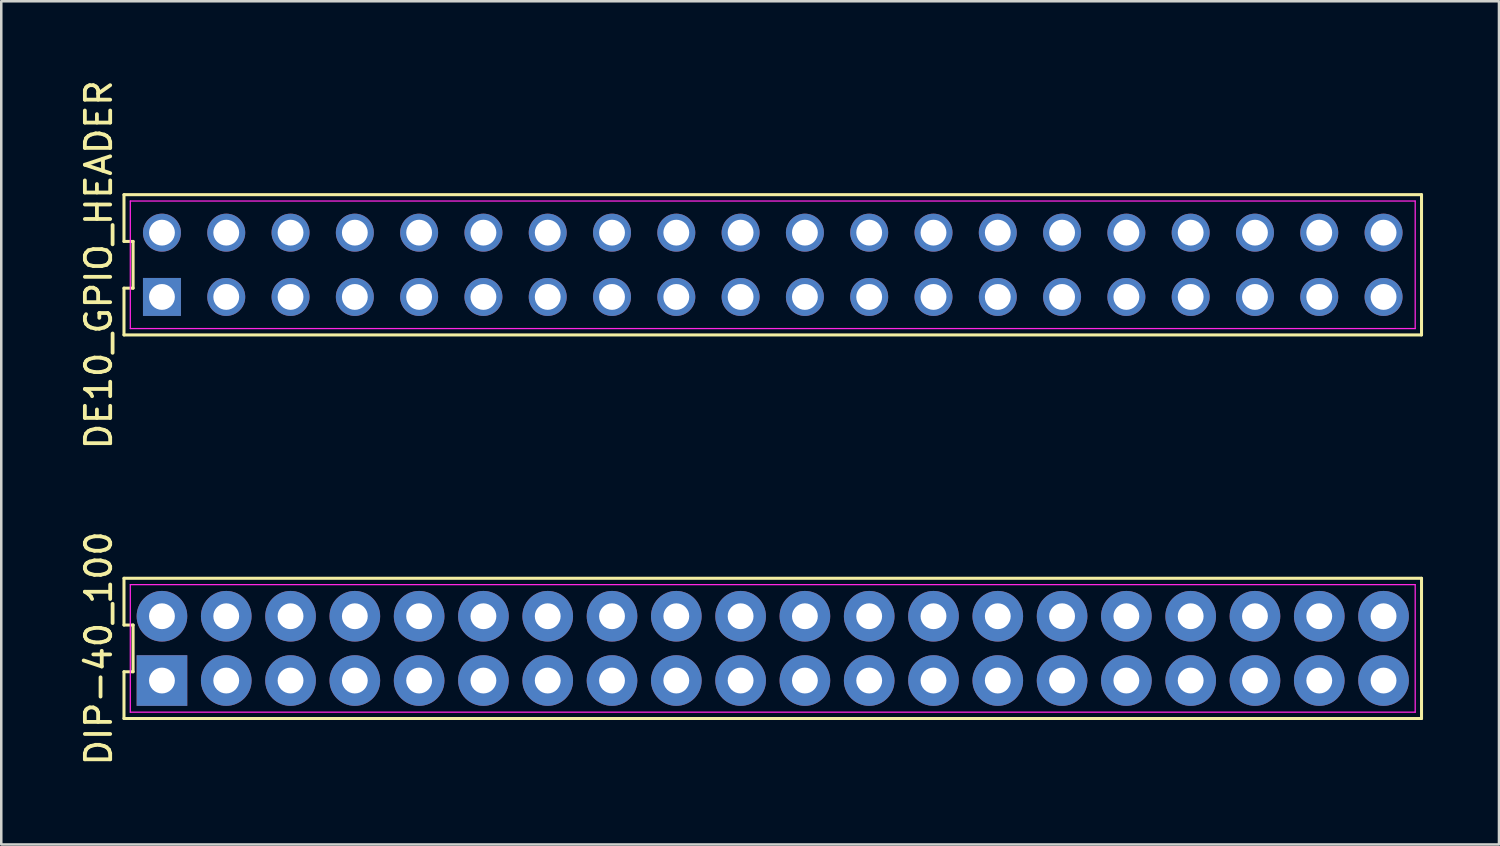
<source format=kicad_pcb>
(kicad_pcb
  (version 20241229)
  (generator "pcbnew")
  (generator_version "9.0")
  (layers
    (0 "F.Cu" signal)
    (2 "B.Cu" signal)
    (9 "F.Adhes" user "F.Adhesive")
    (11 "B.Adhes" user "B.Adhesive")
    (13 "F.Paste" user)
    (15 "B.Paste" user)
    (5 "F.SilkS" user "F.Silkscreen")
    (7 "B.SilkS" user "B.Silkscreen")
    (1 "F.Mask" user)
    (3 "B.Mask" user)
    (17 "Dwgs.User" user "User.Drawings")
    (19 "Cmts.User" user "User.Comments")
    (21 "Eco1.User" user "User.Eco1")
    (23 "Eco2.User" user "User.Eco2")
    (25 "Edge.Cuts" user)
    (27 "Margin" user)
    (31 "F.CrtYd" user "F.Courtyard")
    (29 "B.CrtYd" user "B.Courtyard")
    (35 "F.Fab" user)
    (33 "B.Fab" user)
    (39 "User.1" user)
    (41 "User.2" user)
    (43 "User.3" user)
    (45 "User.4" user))
  (footprint "DE10_GPIO_HEADER"
    (layer "F.Cu")
    (at 27.478 7.411)
    (property "Reference" "DE10_GPIO_HEADER" (at -26.63 0 90) (layer "F.SilkS") (effects (font (size 1 1) (thickness 0.15))))
    (attr through_hole)
    (fp_line (start -25.63 -2.77) (end -25.63 -0.923) (stroke (width 0.12) (type solid)) (layer "F.SilkS"))
    (fp_line (start -25.63 -0.923) (end -25.27 -0.923) (stroke (width 0.12) (type solid)) (layer "F.SilkS"))
    (fp_line (start -25.63 0.923) (end -25.63 2.77) (stroke (width 0.12) (type solid)) (layer "F.SilkS"))
    (fp_line (start -25.63 2.77) (end 25.63 2.77) (stroke (width 0.12) (type solid)) (layer "F.SilkS"))
    (fp_line (start -25.27 -0.923) (end -25.27 0.923) (stroke (width 0.12) (type solid)) (layer "F.SilkS"))
    (fp_line (start -25.27 0.923) (end -25.63 0.923) (stroke (width 0.12) (type solid)) (layer "F.SilkS"))
    (fp_line (start 25.63 -2.77) (end -25.63 -2.77) (stroke (width 0.12) (type solid)) (layer "F.SilkS"))
    (fp_line (start 25.63 2.77) (end 25.63 -2.77) (stroke (width 0.12) (type solid)) (layer "F.SilkS"))
    (fp_line (start -25.38 -2.52) (end 25.38 -2.52) (stroke (width 0.05) (type solid)) (layer "F.CrtYd"))
    (fp_line (start -25.38 2.52) (end -25.38 -2.52) (stroke (width 0.05) (type solid)) (layer "F.CrtYd"))
    (fp_line (start 25.38 -2.52) (end 25.38 2.52) (stroke (width 0.05) (type solid)) (layer "F.CrtYd"))
    (fp_line (start 25.38 2.52) (end -25.38 2.52) (stroke (width 0.05) (type solid)) (layer "F.CrtYd"))
    (pad "1" thru_hole rect (at -24.13 1.27) (size 1.5 1.5) (drill 1.02) (layers "*.Cu" "*.Mask"))
    (pad "2" thru_hole circle (at -24.13 -1.27) (size 1.5 1.5) (drill 1.02) (layers "*.Cu" "*.Mask"))
    (pad "3" thru_hole circle (at -21.59 1.27) (size 1.5 1.5) (drill 1.02) (layers "*.Cu" "*.Mask"))
    (pad "4" thru_hole circle (at -21.59 -1.27) (size 1.5 1.5) (drill 1.02) (layers "*.Cu" "*.Mask"))
    (pad "5" thru_hole circle (at -19.05 1.27) (size 1.5 1.5) (drill 1.02) (layers "*.Cu" "*.Mask"))
    (pad "6" thru_hole circle (at -19.05 -1.27) (size 1.5 1.5) (drill 1.02) (layers "*.Cu" "*.Mask"))
    (pad "7" thru_hole circle (at -16.51 1.27) (size 1.5 1.5) (drill 1.02) (layers "*.Cu" "*.Mask"))
    (pad "8" thru_hole circle (at -16.51 -1.27) (size 1.5 1.5) (drill 1.02) (layers "*.Cu" "*.Mask"))
    (pad "9" thru_hole circle (at -13.97 1.27) (size 1.5 1.5) (drill 1.02) (layers "*.Cu" "*.Mask"))
    (pad "10" thru_hole circle (at -13.97 -1.27) (size 1.5 1.5) (drill 1.02) (layers "*.Cu" "*.Mask"))
    (pad "11" thru_hole circle (at -11.43 1.27) (size 1.5 1.5) (drill 1.02) (layers "*.Cu" "*.Mask"))
    (pad "12" thru_hole circle (at -11.43 -1.27) (size 1.5 1.5) (drill 1.02) (layers "*.Cu" "*.Mask"))
    (pad "13" thru_hole circle (at -8.89 1.27) (size 1.5 1.5) (drill 1.02) (layers "*.Cu" "*.Mask"))
    (pad "14" thru_hole circle (at -8.89 -1.27) (size 1.5 1.5) (drill 1.02) (layers "*.Cu" "*.Mask"))
    (pad "15" thru_hole circle (at -6.35 1.27) (size 1.5 1.5) (drill 1.02) (layers "*.Cu" "*.Mask"))
    (pad "16" thru_hole circle (at -6.35 -1.27) (size 1.5 1.5) (drill 1.02) (layers "*.Cu" "*.Mask"))
    (pad "17" thru_hole circle (at -3.81 1.27) (size 1.5 1.5) (drill 1.02) (layers "*.Cu" "*.Mask"))
    (pad "18" thru_hole circle (at -3.81 -1.27) (size 1.5 1.5) (drill 1.02) (layers "*.Cu" "*.Mask"))
    (pad "19" thru_hole circle (at -1.27 1.27) (size 1.5 1.5) (drill 1.02) (layers "*.Cu" "*.Mask"))
    (pad "20" thru_hole circle (at -1.27 -1.27) (size 1.5 1.5) (drill 1.02) (layers "*.Cu" "*.Mask"))
    (pad "21" thru_hole circle (at 1.27 1.27) (size 1.5 1.5) (drill 1.02) (layers "*.Cu" "*.Mask"))
    (pad "22" thru_hole circle (at 1.27 -1.27) (size 1.5 1.5) (drill 1.02) (layers "*.Cu" "*.Mask"))
    (pad "23" thru_hole circle (at 3.81 1.27) (size 1.5 1.5) (drill 1.02) (layers "*.Cu" "*.Mask"))
    (pad "24" thru_hole circle (at 3.81 -1.27) (size 1.5 1.5) (drill 1.02) (layers "*.Cu" "*.Mask"))
    (pad "25" thru_hole circle (at 6.35 1.27) (size 1.5 1.5) (drill 1.02) (layers "*.Cu" "*.Mask"))
    (pad "26" thru_hole circle (at 6.35 -1.27) (size 1.5 1.5) (drill 1.02) (layers "*.Cu" "*.Mask"))
    (pad "27" thru_hole circle (at 8.89 1.27) (size 1.5 1.5) (drill 1.02) (layers "*.Cu" "*.Mask"))
    (pad "28" thru_hole circle (at 8.89 -1.27) (size 1.5 1.5) (drill 1.02) (layers "*.Cu" "*.Mask"))
    (pad "29" thru_hole circle (at 11.43 1.27) (size 1.5 1.5) (drill 1.02) (layers "*.Cu" "*.Mask"))
    (pad "30" thru_hole circle (at 11.43 -1.27) (size 1.5 1.5) (drill 1.02) (layers "*.Cu" "*.Mask"))
    (pad "31" thru_hole circle (at 13.97 1.27) (size 1.5 1.5) (drill 1.02) (layers "*.Cu" "*.Mask"))
    (pad "32" thru_hole circle (at 13.97 -1.27) (size 1.5 1.5) (drill 1.02) (layers "*.Cu" "*.Mask"))
    (pad "33" thru_hole circle (at 16.51 1.27) (size 1.5 1.5) (drill 1.02) (layers "*.Cu" "*.Mask"))
    (pad "34" thru_hole circle (at 16.51 -1.27) (size 1.5 1.5) (drill 1.02) (layers "*.Cu" "*.Mask"))
    (pad "35" thru_hole circle (at 19.05 1.27) (size 1.5 1.5) (drill 1.02) (layers "*.Cu" "*.Mask"))
    (pad "36" thru_hole circle (at 19.05 -1.27) (size 1.5 1.5) (drill 1.02) (layers "*.Cu" "*.Mask"))
    (pad "37" thru_hole circle (at 21.59 1.27) (size 1.5 1.5) (drill 1.02) (layers "*.Cu" "*.Mask"))
    (pad "38" thru_hole circle (at 21.59 -1.27) (size 1.5 1.5) (drill 1.02) (layers "*.Cu" "*.Mask"))
    (pad "39" thru_hole circle (at 24.13 1.27) (size 1.5 1.5) (drill 1.02) (layers "*.Cu" "*.Mask"))
    (pad "40" thru_hole circle (at 24.13 -1.27) (size 1.5 1.5) (drill 1.02) (layers "*.Cu" "*.Mask")))
  (footprint "DIP-40_100"
    (layer "F.Cu")
    (at 27.478 22.565)
    (property "Reference" "DIP-40_100" (at -26.63 0 90) (layer "F.SilkS") (effects (font (size 1 1) (thickness 0.15))))
    (attr through_hole)
    (fp_line (start -25.63 -2.77) (end -25.63 -0.923) (stroke (width 0.12) (type solid)) (layer "F.SilkS"))
    (fp_line (start -25.63 -0.923) (end -25.27 -0.923) (stroke (width 0.12) (type solid)) (layer "F.SilkS"))
    (fp_line (start -25.63 0.923) (end -25.63 2.77) (stroke (width 0.12) (type solid)) (layer "F.SilkS"))
    (fp_line (start -25.63 2.77) (end 25.63 2.77) (stroke (width 0.12) (type solid)) (layer "F.SilkS"))
    (fp_line (start -25.27 -0.923) (end -25.27 0.923) (stroke (width 0.12) (type solid)) (layer "F.SilkS"))
    (fp_line (start -25.27 0.923) (end -25.63 0.923) (stroke (width 0.12) (type solid)) (layer "F.SilkS"))
    (fp_line (start 25.63 -2.77) (end -25.63 -2.77) (stroke (width 0.12) (type solid)) (layer "F.SilkS"))
    (fp_line (start 25.63 2.77) (end 25.63 -2.77) (stroke (width 0.12) (type solid)) (layer "F.SilkS"))
    (fp_line (start -25.38 -2.52) (end 25.38 -2.52) (stroke (width 0.05) (type solid)) (layer "F.CrtYd"))
    (fp_line (start -25.38 2.52) (end -25.38 -2.52) (stroke (width 0.05) (type solid)) (layer "F.CrtYd"))
    (fp_line (start 25.38 -2.52) (end 25.38 2.52) (stroke (width 0.05) (type solid)) (layer "F.CrtYd"))
    (fp_line (start 25.38 2.52) (end -25.38 2.52) (stroke (width 0.05) (type solid)) (layer "F.CrtYd"))
    (pad "1" thru_hole rect (at -24.13 1.27) (size 2 2) (drill 1.02) (layers "*.Cu" "*.Mask"))
    (pad "2" thru_hole circle (at -21.59 1.27) (size 2 2) (drill 1.02) (layers "*.Cu" "*.Mask"))
    (pad "3" thru_hole circle (at -19.05 1.27) (size 2 2) (drill 1.02) (layers "*.Cu" "*.Mask"))
    (pad "4" thru_hole circle (at -16.51 1.27) (size 2 2) (drill 1.02) (layers "*.Cu" "*.Mask"))
    (pad "5" thru_hole circle (at -13.97 1.27) (size 2 2) (drill 1.02) (layers "*.Cu" "*.Mask"))
    (pad "6" thru_hole circle (at -11.43 1.27) (size 2 2) (drill 1.02) (layers "*.Cu" "*.Mask"))
    (pad "7" thru_hole circle (at -8.89 1.27) (size 2 2) (drill 1.02) (layers "*.Cu" "*.Mask"))
    (pad "8" thru_hole circle (at -6.35 1.27) (size 2 2) (drill 1.02) (layers "*.Cu" "*.Mask"))
    (pad "9" thru_hole circle (at -3.81 1.27) (size 2 2) (drill 1.02) (layers "*.Cu" "*.Mask"))
    (pad "10" thru_hole circle (at -1.27 1.27) (size 2 2) (drill 1.02) (layers "*.Cu" "*.Mask"))
    (pad "11" thru_hole circle (at 1.27 1.27) (size 2 2) (drill 1.02) (layers "*.Cu" "*.Mask"))
    (pad "12" thru_hole circle (at 3.81 1.27) (size 2 2) (drill 1.02) (layers "*.Cu" "*.Mask"))
    (pad "13" thru_hole circle (at 6.35 1.27) (size 2 2) (drill 1.02) (layers "*.Cu" "*.Mask"))
    (pad "14" thru_hole circle (at 8.89 1.27) (size 2 2) (drill 1.02) (layers "*.Cu" "*.Mask"))
    (pad "15" thru_hole circle (at 11.43 1.27) (size 2 2) (drill 1.02) (layers "*.Cu" "*.Mask"))
    (pad "16" thru_hole circle (at 13.97 1.27) (size 2 2) (drill 1.02) (layers "*.Cu" "*.Mask"))
    (pad "17" thru_hole circle (at 16.51 1.27) (size 2 2) (drill 1.02) (layers "*.Cu" "*.Mask"))
    (pad "18" thru_hole circle (at 19.05 1.27) (size 2 2) (drill 1.02) (layers "*.Cu" "*.Mask"))
    (pad "19" thru_hole circle (at 21.59 1.27) (size 2 2) (drill 1.02) (layers "*.Cu" "*.Mask"))
    (pad "20" thru_hole circle (at 24.13 1.27) (size 2 2) (drill 1.02) (layers "*.Cu" "*.Mask"))
    (pad "21" thru_hole circle (at 24.13 -1.27) (size 2 2) (drill 1.02) (layers "*.Cu" "*.Mask"))
    (pad "22" thru_hole circle (at 21.59 -1.27) (size 2 2) (drill 1.02) (layers "*.Cu" "*.Mask"))
    (pad "23" thru_hole circle (at 19.05 -1.27) (size 2 2) (drill 1.02) (layers "*.Cu" "*.Mask"))
    (pad "24" thru_hole circle (at 16.51 -1.27) (size 2 2) (drill 1.02) (layers "*.Cu" "*.Mask"))
    (pad "25" thru_hole circle (at 13.97 -1.27) (size 2 2) (drill 1.02) (layers "*.Cu" "*.Mask"))
    (pad "26" thru_hole circle (at 11.43 -1.27) (size 2 2) (drill 1.02) (layers "*.Cu" "*.Mask"))
    (pad "27" thru_hole circle (at 8.89 -1.27) (size 2 2) (drill 1.02) (layers "*.Cu" "*.Mask"))
    (pad "28" thru_hole circle (at 6.35 -1.27) (size 2 2) (drill 1.02) (layers "*.Cu" "*.Mask"))
    (pad "29" thru_hole circle (at 3.81 -1.27) (size 2 2) (drill 1.02) (layers "*.Cu" "*.Mask"))
    (pad "30" thru_hole circle (at 1.27 -1.27) (size 2 2) (drill 1.02) (layers "*.Cu" "*.Mask"))
    (pad "31" thru_hole circle (at -1.27 -1.27) (size 2 2) (drill 1.02) (layers "*.Cu" "*.Mask"))
    (pad "32" thru_hole circle (at -3.81 -1.27) (size 2 2) (drill 1.02) (layers "*.Cu" "*.Mask"))
    (pad "33" thru_hole circle (at -6.35 -1.27) (size 2 2) (drill 1.02) (layers "*.Cu" "*.Mask"))
    (pad "34" thru_hole circle (at -8.89 -1.27) (size 2 2) (drill 1.02) (layers "*.Cu" "*.Mask"))
    (pad "35" thru_hole circle (at -11.43 -1.27) (size 2 2) (drill 1.02) (layers "*.Cu" "*.Mask"))
    (pad "36" thru_hole circle (at -13.97 -1.27) (size 2 2) (drill 1.02) (layers "*.Cu" "*.Mask"))
    (pad "37" thru_hole circle (at -16.51 -1.27) (size 2 2) (drill 1.02) (layers "*.Cu" "*.Mask"))
    (pad "38" thru_hole circle (at -19.05 -1.27) (size 2 2) (drill 1.02) (layers "*.Cu" "*.Mask"))
    (pad "39" thru_hole circle (at -21.59 -1.27) (size 2 2) (drill 1.02) (layers "*.Cu" "*.Mask"))
    (pad "40" thru_hole circle (at -24.13 -1.27) (size 2 2) (drill 1.02) (layers "*.Cu" "*.Mask")))
  (gr_rect
    (start -3 -3)
    (end 56.168 30.31)
    (stroke (width 0.1) (type default))
    (fill no)
    (layer "Edge.Cuts")))
</source>
